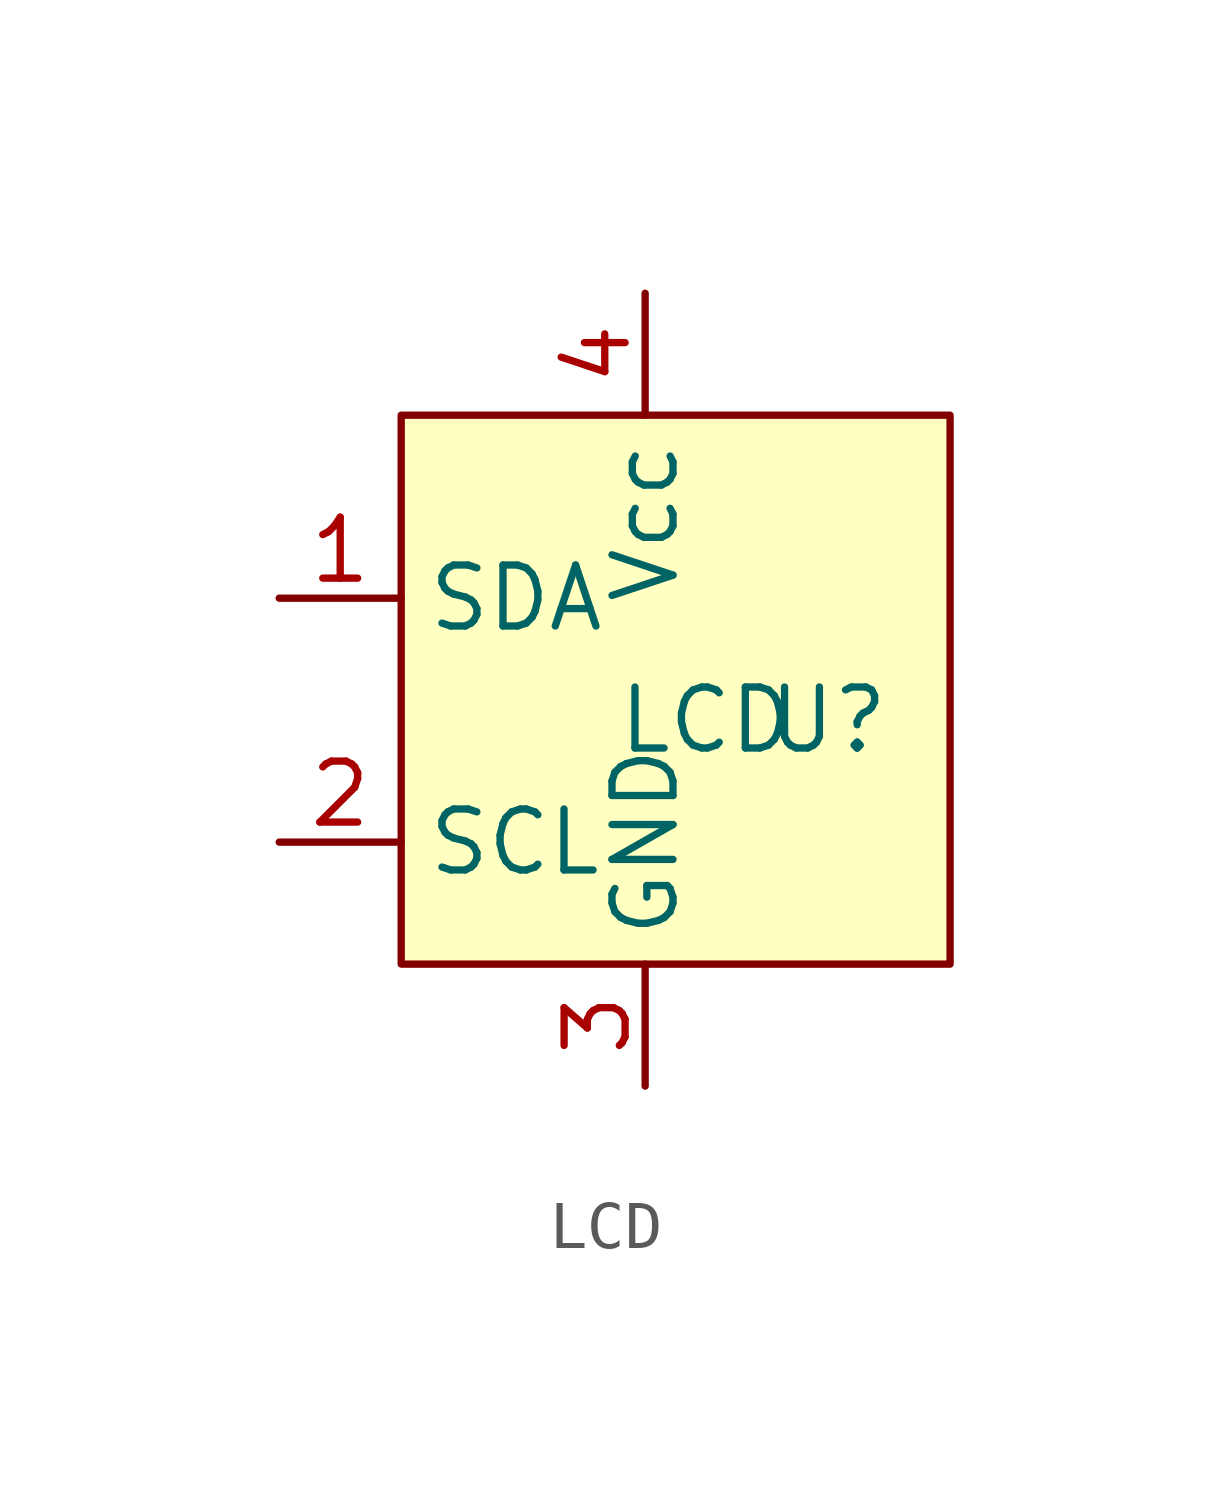
<source format=kicad_sym>
(kicad_symbol_lib
  (version 20211014)
  (generator kicad_symbol_editor)
  (symbol "LCD"
    (property "Reference" "U"
      (at 5.08 0 0)
      (effects (font (size 1.27 1.27))))
    (property "Value" "LCD"
      (at 2.54 0 0)
      (effects (font (size 1.27 1.27))))
    (symbol "LCD_0_1"
      (rectangle (start -3.81 6.35) (end 7.62 -5.08) (stroke (width 0) (type default) (color 0 0 0 0)) (fill (type background))))
    (symbol "LCD_1_1"
      (pin input line (at -6.35 2.54 0) (length 2.54) (name "SDA" (effects (font (size 1.27 1.27)))) (number "1" (effects (font (size 1.27 1.27)))))
      (pin input line (at -6.35 -2.54 0) (length 2.54) (name "SCL" (effects (font (size 1.27 1.27)))) (number "2" (effects (font (size 1.27 1.27)))))
      (pin power_in line (at 1.27 -7.62 90) (length 2.54) (name "GND" (effects (font (size 1.27 1.27)))) (number "3" (effects (font (size 1.27 1.27)))))
      (pin power_in line (at 1.27 8.89 270) (length 2.54) (name "Vcc" (effects (font (size 1.27 1.27)))) (number "4" (effects (font (size 1.27 1.27))))))))
</source>
